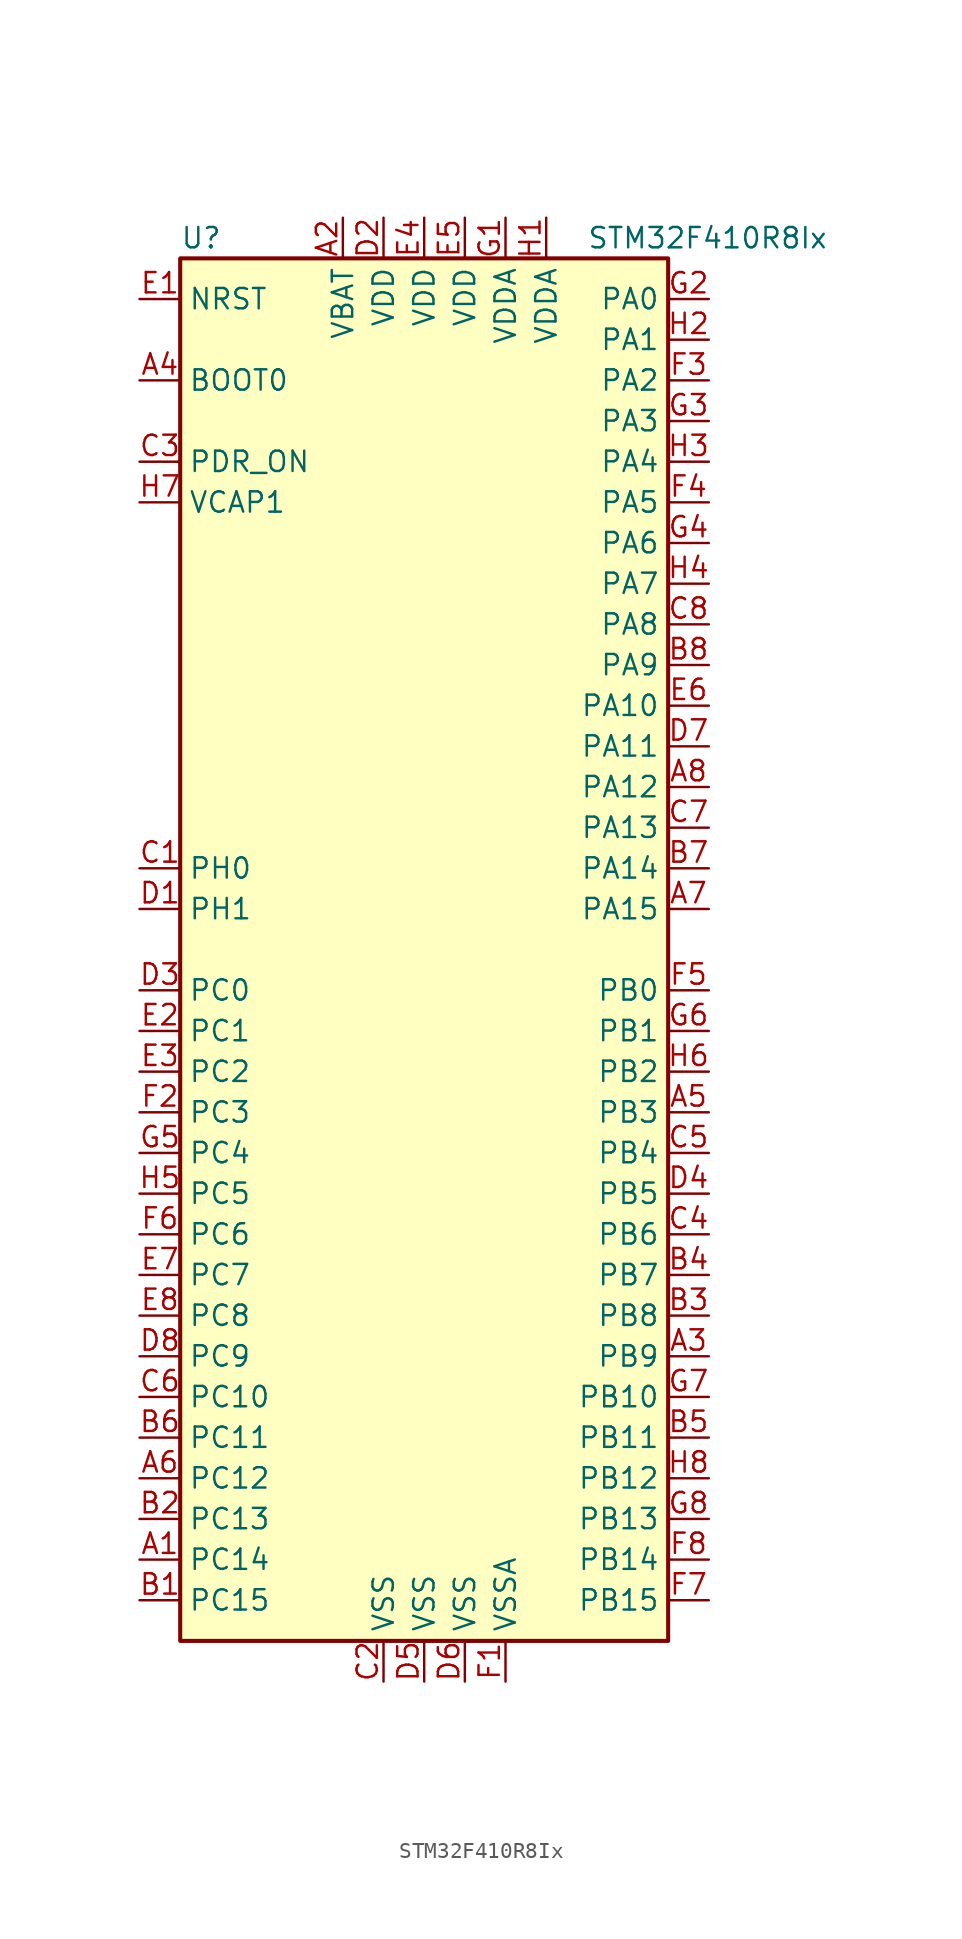
<source format=kicad_sym>
(kicad_symbol_lib
  (version 20220914)
  (generator kicad_symbol_editor)
  (symbol "STM32F410R8Ix"
    (property "Reference" "U"
      (at -15.24 44.45 0)
      (effects (font (size 1.27 1.27)) (justify left)))
    (property "Value" "STM32F410R8Ix"
      (at 10.16 44.45 0)
      (effects (font (size 1.27 1.27)) (justify left)))
    (symbol "STM32F410R8Ix_0_1"
      (rectangle (start -15.24 -43.18) (end 15.24 43.18) (stroke (width 0.254) (type default)) (fill (type background))))
    (symbol "STM32F410R8Ix_1_1"
      (pin bidirectional line (at -17.78 -38.1 0) (length 2.54) (name "PC14" (effects (font (size 1.27 1.27)))) (number "A1" (effects (font (size 1.27 1.27)))))
      (pin power_in line (at -5.08 45.72 270) (length 2.54) (name "VBAT" (effects (font (size 1.27 1.27)))) (number "A2" (effects (font (size 1.27 1.27)))))
      (pin bidirectional line (at 17.78 -25.4 180) (length 2.54) (name "PB9" (effects (font (size 1.27 1.27)))) (number "A3" (effects (font (size 1.27 1.27)))))
      (pin input line (at -17.78 35.56 0) (length 2.54) (name "BOOT0" (effects (font (size 1.27 1.27)))) (number "A4" (effects (font (size 1.27 1.27)))))
      (pin bidirectional line (at 17.78 -10.16 180) (length 2.54) (name "PB3" (effects (font (size 1.27 1.27)))) (number "A5" (effects (font (size 1.27 1.27)))))
      (pin bidirectional line (at -17.78 -33.02 0) (length 2.54) (name "PC12" (effects (font (size 1.27 1.27)))) (number "A6" (effects (font (size 1.27 1.27)))))
      (pin bidirectional line (at 17.78 2.54 180) (length 2.54) (name "PA15" (effects (font (size 1.27 1.27)))) (number "A7" (effects (font (size 1.27 1.27)))))
      (pin bidirectional line (at 17.78 10.16 180) (length 2.54) (name "PA12" (effects (font (size 1.27 1.27)))) (number "A8" (effects (font (size 1.27 1.27)))))
      (pin bidirectional line (at -17.78 -40.64 0) (length 2.54) (name "PC15" (effects (font (size 1.27 1.27)))) (number "B1" (effects (font (size 1.27 1.27)))))
      (pin bidirectional line (at -17.78 -35.56 0) (length 2.54) (name "PC13" (effects (font (size 1.27 1.27)))) (number "B2" (effects (font (size 1.27 1.27)))))
      (pin bidirectional line (at 17.78 -22.86 180) (length 2.54) (name "PB8" (effects (font (size 1.27 1.27)))) (number "B3" (effects (font (size 1.27 1.27)))))
      (pin bidirectional line (at 17.78 -20.32 180) (length 2.54) (name "PB7" (effects (font (size 1.27 1.27)))) (number "B4" (effects (font (size 1.27 1.27)))))
      (pin bidirectional line (at 17.78 -30.48 180) (length 2.54) (name "PB11" (effects (font (size 1.27 1.27)))) (number "B5" (effects (font (size 1.27 1.27)))))
      (pin bidirectional line (at -17.78 -30.48 0) (length 2.54) (name "PC11" (effects (font (size 1.27 1.27)))) (number "B6" (effects (font (size 1.27 1.27)))))
      (pin bidirectional line (at 17.78 5.08 180) (length 2.54) (name "PA14" (effects (font (size 1.27 1.27)))) (number "B7" (effects (font (size 1.27 1.27)))))
      (pin bidirectional line (at 17.78 17.78 180) (length 2.54) (name "PA9" (effects (font (size 1.27 1.27)))) (number "B8" (effects (font (size 1.27 1.27)))))
      (pin input line (at -17.78 5.08 0) (length 2.54) (name "PH0" (effects (font (size 1.27 1.27)))) (number "C1" (effects (font (size 1.27 1.27)))))
      (pin power_in line (at -2.54 -45.72 90) (length 2.54) (name "VSS" (effects (font (size 1.27 1.27)))) (number "C2" (effects (font (size 1.27 1.27)))))
      (pin power_in line (at -17.78 30.48 0) (length 2.54) (name "PDR_ON" (effects (font (size 1.27 1.27)))) (number "C3" (effects (font (size 1.27 1.27)))))
      (pin bidirectional line (at 17.78 -17.78 180) (length 2.54) (name "PB6" (effects (font (size 1.27 1.27)))) (number "C4" (effects (font (size 1.27 1.27)))))
      (pin bidirectional line (at 17.78 -12.7 180) (length 2.54) (name "PB4" (effects (font (size 1.27 1.27)))) (number "C5" (effects (font (size 1.27 1.27)))))
      (pin bidirectional line (at -17.78 -27.94 0) (length 2.54) (name "PC10" (effects (font (size 1.27 1.27)))) (number "C6" (effects (font (size 1.27 1.27)))))
      (pin bidirectional line (at 17.78 7.62 180) (length 2.54) (name "PA13" (effects (font (size 1.27 1.27)))) (number "C7" (effects (font (size 1.27 1.27)))))
      (pin bidirectional line (at 17.78 20.32 180) (length 2.54) (name "PA8" (effects (font (size 1.27 1.27)))) (number "C8" (effects (font (size 1.27 1.27)))))
      (pin input line (at -17.78 2.54 0) (length 2.54) (name "PH1" (effects (font (size 1.27 1.27)))) (number "D1" (effects (font (size 1.27 1.27)))))
      (pin power_in line (at -2.54 45.72 270) (length 2.54) (name "VDD" (effects (font (size 1.27 1.27)))) (number "D2" (effects (font (size 1.27 1.27)))))
      (pin bidirectional line (at -17.78 -2.54 0) (length 2.54) (name "PC0" (effects (font (size 1.27 1.27)))) (number "D3" (effects (font (size 1.27 1.27)))))
      (pin bidirectional line (at 17.78 -15.24 180) (length 2.54) (name "PB5" (effects (font (size 1.27 1.27)))) (number "D4" (effects (font (size 1.27 1.27)))))
      (pin power_in line (at 0 -45.72 90) (length 2.54) (name "VSS" (effects (font (size 1.27 1.27)))) (number "D5" (effects (font (size 1.27 1.27)))))
      (pin power_in line (at 2.54 -45.72 90) (length 2.54) (name "VSS" (effects (font (size 1.27 1.27)))) (number "D6" (effects (font (size 1.27 1.27)))))
      (pin bidirectional line (at 17.78 12.7 180) (length 2.54) (name "PA11" (effects (font (size 1.27 1.27)))) (number "D7" (effects (font (size 1.27 1.27)))))
      (pin bidirectional line (at -17.78 -25.4 0) (length 2.54) (name "PC9" (effects (font (size 1.27 1.27)))) (number "D8" (effects (font (size 1.27 1.27)))))
      (pin input line (at -17.78 40.64 0) (length 2.54) (name "NRST" (effects (font (size 1.27 1.27)))) (number "E1" (effects (font (size 1.27 1.27)))))
      (pin bidirectional line (at -17.78 -5.08 0) (length 2.54) (name "PC1" (effects (font (size 1.27 1.27)))) (number "E2" (effects (font (size 1.27 1.27)))))
      (pin bidirectional line (at -17.78 -7.62 0) (length 2.54) (name "PC2" (effects (font (size 1.27 1.27)))) (number "E3" (effects (font (size 1.27 1.27)))))
      (pin power_in line (at 0 45.72 270) (length 2.54) (name "VDD" (effects (font (size 1.27 1.27)))) (number "E4" (effects (font (size 1.27 1.27)))))
      (pin power_in line (at 2.54 45.72 270) (length 2.54) (name "VDD" (effects (font (size 1.27 1.27)))) (number "E5" (effects (font (size 1.27 1.27)))))
      (pin bidirectional line (at 17.78 15.24 180) (length 2.54) (name "PA10" (effects (font (size 1.27 1.27)))) (number "E6" (effects (font (size 1.27 1.27)))))
      (pin bidirectional line (at -17.78 -20.32 0) (length 2.54) (name "PC7" (effects (font (size 1.27 1.27)))) (number "E7" (effects (font (size 1.27 1.27)))))
      (pin bidirectional line (at -17.78 -22.86 0) (length 2.54) (name "PC8" (effects (font (size 1.27 1.27)))) (number "E8" (effects (font (size 1.27 1.27)))))
      (pin power_in line (at 5.08 -45.72 90) (length 2.54) (name "VSSA" (effects (font (size 1.27 1.27)))) (number "F1" (effects (font (size 1.27 1.27)))))
      (pin bidirectional line (at -17.78 -10.16 0) (length 2.54) (name "PC3" (effects (font (size 1.27 1.27)))) (number "F2" (effects (font (size 1.27 1.27)))))
      (pin bidirectional line (at 17.78 35.56 180) (length 2.54) (name "PA2" (effects (font (size 1.27 1.27)))) (number "F3" (effects (font (size 1.27 1.27)))))
      (pin bidirectional line (at 17.78 27.94 180) (length 2.54) (name "PA5" (effects (font (size 1.27 1.27)))) (number "F4" (effects (font (size 1.27 1.27)))))
      (pin bidirectional line (at 17.78 -2.54 180) (length 2.54) (name "PB0" (effects (font (size 1.27 1.27)))) (number "F5" (effects (font (size 1.27 1.27)))))
      (pin bidirectional line (at -17.78 -17.78 0) (length 2.54) (name "PC6" (effects (font (size 1.27 1.27)))) (number "F6" (effects (font (size 1.27 1.27)))))
      (pin bidirectional line (at 17.78 -40.64 180) (length 2.54) (name "PB15" (effects (font (size 1.27 1.27)))) (number "F7" (effects (font (size 1.27 1.27)))))
      (pin bidirectional line (at 17.78 -38.1 180) (length 2.54) (name "PB14" (effects (font (size 1.27 1.27)))) (number "F8" (effects (font (size 1.27 1.27)))))
      (pin power_in line (at 5.08 45.72 270) (length 2.54) (name "VDDA" (effects (font (size 1.27 1.27)))) (number "G1" (effects (font (size 1.27 1.27)))))
      (pin bidirectional line (at 17.78 40.64 180) (length 2.54) (name "PA0" (effects (font (size 1.27 1.27)))) (number "G2" (effects (font (size 1.27 1.27)))))
      (pin bidirectional line (at 17.78 33.02 180) (length 2.54) (name "PA3" (effects (font (size 1.27 1.27)))) (number "G3" (effects (font (size 1.27 1.27)))))
      (pin bidirectional line (at 17.78 25.4 180) (length 2.54) (name "PA6" (effects (font (size 1.27 1.27)))) (number "G4" (effects (font (size 1.27 1.27)))))
      (pin bidirectional line (at -17.78 -12.7 0) (length 2.54) (name "PC4" (effects (font (size 1.27 1.27)))) (number "G5" (effects (font (size 1.27 1.27)))))
      (pin bidirectional line (at 17.78 -5.08 180) (length 2.54) (name "PB1" (effects (font (size 1.27 1.27)))) (number "G6" (effects (font (size 1.27 1.27)))))
      (pin bidirectional line (at 17.78 -27.94 180) (length 2.54) (name "PB10" (effects (font (size 1.27 1.27)))) (number "G7" (effects (font (size 1.27 1.27)))))
      (pin bidirectional line (at 17.78 -35.56 180) (length 2.54) (name "PB13" (effects (font (size 1.27 1.27)))) (number "G8" (effects (font (size 1.27 1.27)))))
      (pin power_in line (at 7.62 45.72 270) (length 2.54) (name "VDDA" (effects (font (size 1.27 1.27)))) (number "H1" (effects (font (size 1.27 1.27)))))
      (pin bidirectional line (at 17.78 38.1 180) (length 2.54) (name "PA1" (effects (font (size 1.27 1.27)))) (number "H2" (effects (font (size 1.27 1.27)))))
      (pin bidirectional line (at 17.78 30.48 180) (length 2.54) (name "PA4" (effects (font (size 1.27 1.27)))) (number "H3" (effects (font (size 1.27 1.27)))))
      (pin bidirectional line (at 17.78 22.86 180) (length 2.54) (name "PA7" (effects (font (size 1.27 1.27)))) (number "H4" (effects (font (size 1.27 1.27)))))
      (pin bidirectional line (at -17.78 -15.24 0) (length 2.54) (name "PC5" (effects (font (size 1.27 1.27)))) (number "H5" (effects (font (size 1.27 1.27)))))
      (pin bidirectional line (at 17.78 -7.62 180) (length 2.54) (name "PB2" (effects (font (size 1.27 1.27)))) (number "H6" (effects (font (size 1.27 1.27)))))
      (pin power_in line (at -17.78 27.94 0) (length 2.54) (name "VCAP1" (effects (font (size 1.27 1.27)))) (number "H7" (effects (font (size 1.27 1.27)))))
      (pin bidirectional line (at 17.78 -33.02 180) (length 2.54) (name "PB12" (effects (font (size 1.27 1.27)))) (number "H8" (effects (font (size 1.27 1.27))))))))
</source>
